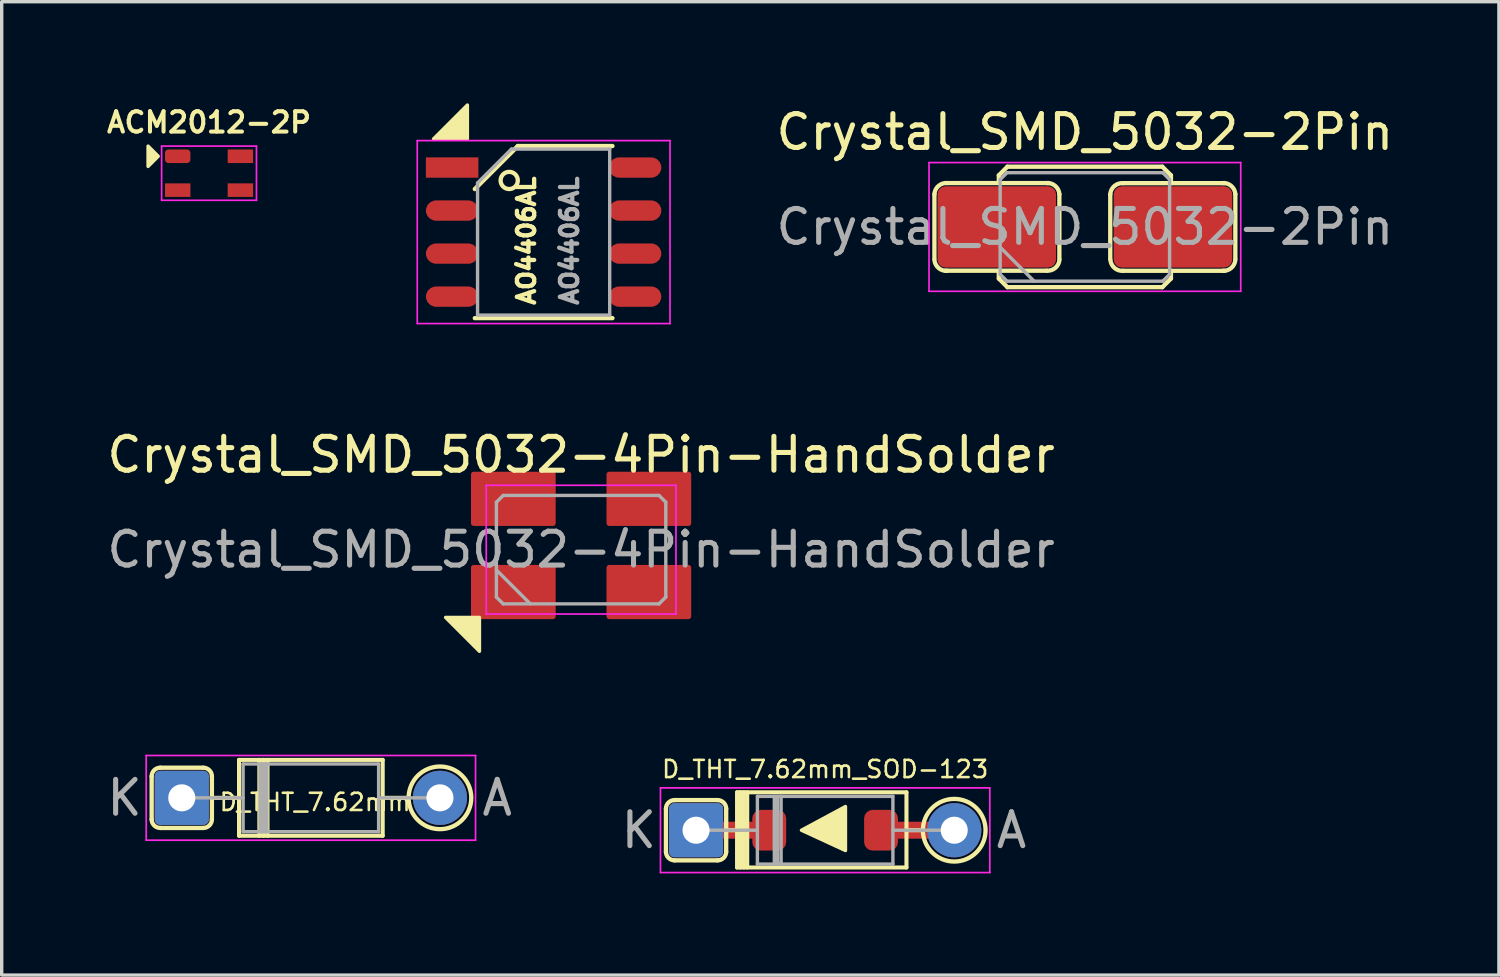
<source format=kicad_pcb>
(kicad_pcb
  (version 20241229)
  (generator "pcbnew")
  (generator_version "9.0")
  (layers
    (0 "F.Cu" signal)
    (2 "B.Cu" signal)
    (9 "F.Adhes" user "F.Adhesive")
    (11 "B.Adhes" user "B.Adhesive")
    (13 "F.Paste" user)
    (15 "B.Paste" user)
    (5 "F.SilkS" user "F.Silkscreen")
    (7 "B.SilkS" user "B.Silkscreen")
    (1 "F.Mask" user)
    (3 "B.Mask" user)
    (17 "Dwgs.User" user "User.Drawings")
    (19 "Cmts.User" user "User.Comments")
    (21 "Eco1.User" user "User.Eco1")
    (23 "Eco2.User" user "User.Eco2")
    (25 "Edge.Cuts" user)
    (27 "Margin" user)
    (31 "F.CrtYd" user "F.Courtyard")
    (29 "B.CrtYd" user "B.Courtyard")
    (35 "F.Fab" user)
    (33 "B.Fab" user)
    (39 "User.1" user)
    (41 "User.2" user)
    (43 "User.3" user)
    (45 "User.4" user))
  (footprint "D_THT_7.62mm_SOD-123"
    (layer "F.Cu")
    (at 21.304 21.454)
    (property "Reference" "D_THT_7.62mm_SOD-123" (at 0 -1.8 0) (layer "F.SilkS") (effects (font (size 0.508 0.508) (thickness 0.076))))
    (attr through_hole)
    (fp_line (start -1.7 0) (end -3.3 0) (stroke (width 0.5) (type solid)) (layer "F.Cu"))
    (fp_line (start 3.3 0) (end 1.7 0) (stroke (width 0.5) (type solid)) (layer "F.Cu"))
    (fp_line (start -4.699 0.635) (end -4.699 -0.635) (stroke (width 0.127) (type solid)) (layer "F.SilkS"))
    (fp_line (start -4.445 -0.889) (end -3.175 -0.889) (stroke (width 0.127) (type solid)) (layer "F.SilkS"))
    (fp_line (start -3.175 0.889) (end -4.445 0.889) (stroke (width 0.127) (type solid)) (layer "F.SilkS"))
    (fp_line (start -2.921 -0.635) (end -2.921 0.635) (stroke (width 0.127) (type solid)) (layer "F.SilkS"))
    (fp_line (start -2.921 0) (end -2.4 0) (stroke (width 0.12) (type solid)) (layer "F.SilkS"))
    (fp_line (start -2.6 -1.12) (end -2.6 1.1) (stroke (width 0.12) (type solid)) (layer "F.SilkS"))
    (fp_line (start -2.6 1.1) (end 2.4 1.1) (stroke (width 0.12) (type solid)) (layer "F.SilkS"))
    (fp_line (start -2.5 -1.12) (end -2.5 1.1) (stroke (width 0.12) (type solid)) (layer "F.SilkS"))
    (fp_line (start -2.4 -1.12) (end -2.4 1.1) (stroke (width 0.12) (type solid)) (layer "F.SilkS"))
    (fp_line (start -2.3 -1.12) (end -2.3 1.1) (stroke (width 0.12) (type solid)) (layer "F.SilkS"))
    (fp_line (start 2.4 -1.12) (end -2.6 -1.12) (stroke (width 0.12) (type solid)) (layer "F.SilkS"))
    (fp_line (start 2.4 -1.12) (end 2.4 1.1) (stroke (width 0.12) (type solid)) (layer "F.SilkS"))
    (fp_line (start 2.87 0) (end 2.4 0) (stroke (width 0.12) (type solid)) (layer "F.SilkS"))
    (fp_arc (start -4.699 -0.635) (mid -4.624605 -0.814605) (end -4.445 -0.889) (stroke (width 0.127) (type solid)) (layer "F.SilkS"))
    (fp_arc (start -4.445 0.889) (mid -4.624605 0.814605) (end -4.699 0.635) (stroke (width 0.127) (type solid)) (layer "F.SilkS"))
    (fp_arc (start -3.175 -0.889) (mid -2.995395 -0.814605) (end -2.921 -0.635) (stroke (width 0.127) (type solid)) (layer "F.SilkS"))
    (fp_arc (start -2.921 0.635) (mid -2.995395 0.814605) (end -3.175 0.889) (stroke (width 0.127) (type solid)) (layer "F.SilkS"))
    (fp_circle (center 3.81 0) (end 4.699 0.254) (stroke (width 0.127) (type solid)) (fill no) (layer "F.SilkS"))
    (fp_poly (pts (xy -0.7 0) (xy 0.6 -0.7) (xy 0.6 0.6)) (stroke (width 0.1) (type solid)) (fill yes) (layer "F.SilkS"))
    (fp_line (start -4.86 -1.25) (end -4.86 1.25) (stroke (width 0.05) (type solid)) (layer "F.CrtYd"))
    (fp_line (start -4.86 1.25) (end 4.86 1.25) (stroke (width 0.05) (type solid)) (layer "F.CrtYd"))
    (fp_line (start 4.86 -1.25) (end -4.86 -1.25) (stroke (width 0.05) (type solid)) (layer "F.CrtYd"))
    (fp_line (start 4.86 1.25) (end 4.86 -1.25) (stroke (width 0.05) (type solid)) (layer "F.CrtYd"))
    (fp_line (start -3.81 0) (end -2 0) (stroke (width 0.1) (type solid)) (layer "F.Fab"))
    (fp_line (start -2 -1) (end -2 1) (stroke (width 0.1) (type solid)) (layer "F.Fab"))
    (fp_line (start -2 1) (end 2 1) (stroke (width 0.1) (type solid)) (layer "F.Fab"))
    (fp_line (start -1.5 -1) (end -1.5 1) (stroke (width 0.1) (type solid)) (layer "F.Fab"))
    (fp_line (start -1.4 -1) (end -1.4 1) (stroke (width 0.1) (type solid)) (layer "F.Fab"))
    (fp_line (start -1.3 -1) (end -1.3 1) (stroke (width 0.1) (type solid)) (layer "F.Fab"))
    (fp_line (start 2 -1) (end -2 -1) (stroke (width 0.1) (type solid)) (layer "F.Fab"))
    (fp_line (start 2 1) (end 2 -1) (stroke (width 0.1) (type solid)) (layer "F.Fab"))
    (fp_line (start 3.81 0) (end 2 0) (stroke (width 0.1) (type solid)) (layer "F.Fab"))
    (fp_text user "A" (at 5.5 0 0) (layer "F.Fab") (effects (font (size 1 1) (thickness 0.15))))
    (fp_text user "K" (at -5.5 0 0) (layer "F.Fab") (effects (font (size 1 1) (thickness 0.15))))
    (pad "1" thru_hole roundrect (at -3.81 0) (size 1.6 1.6) (drill 0.8) (layers "*.Cu" "*.Mask") (roundrect_rratio 0.1))
    (pad "1" smd roundrect (at -1.65 0) (size 1 1.2) (layers "F.Cu" "F.Mask" "F.Paste") (roundrect_rratio 0.25))
    (pad "2" smd roundrect (at 1.65 0) (size 1 1.2) (layers "F.Cu" "F.Mask" "F.Paste") (roundrect_rratio 0.25))
    (pad "2" thru_hole oval (at 3.81 0) (size 1.6 1.6) (drill 0.8) (layers "*.Cu" "*.Mask")))
  (footprint "AO4406AL"
    (layer "F.Cu")
    (at 12.995 3.8)
    (property "Reference" "AO4406AL" (at -0.508 0.254 90) (layer "F.SilkS") (effects (font (size 0.508 0.508) (thickness 0.127))))
    (attr smd)
    (fp_line (start -2.032 -1.27) (end -0.762 -2.54) (stroke (width 0.127) (type solid)) (layer "F.SilkS"))
    (fp_line (start -0.762 -2.54) (end 2.032 -2.54) (stroke (width 0.127) (type solid)) (layer "F.SilkS"))
    (fp_line (start 2.032 2.54) (end -2.032 2.54) (stroke (width 0.127) (type solid)) (layer "F.SilkS"))
    (fp_circle (center -1.016 -1.524) (end -0.762 -1.524) (stroke (width 0.127) (type solid)) (fill no) (layer "F.SilkS"))
    (fp_poly (pts (xy -2.25 -2.75) (xy -3.25 -2.75) (xy -2.25 -3.75)) (stroke (width 0.1) (type solid)) (fill yes) (layer "F.SilkS"))
    (fp_line (start -3.73 -2.7) (end -3.73 2.7) (stroke (width 0.05) (type solid)) (layer "F.CrtYd"))
    (fp_line (start -3.73 -2.7) (end 3.73 -2.7) (stroke (width 0.05) (type solid)) (layer "F.CrtYd"))
    (fp_line (start -3.73 2.7) (end 3.73 2.7) (stroke (width 0.05) (type solid)) (layer "F.CrtYd"))
    (fp_line (start 3.73 -2.7) (end 3.73 2.7) (stroke (width 0.05) (type solid)) (layer "F.CrtYd"))
    (fp_line (start -1.95 -1.45) (end -0.95 -2.45) (stroke (width 0.1) (type solid)) (layer "F.Fab"))
    (fp_line (start -1.95 2.45) (end -1.95 -1.45) (stroke (width 0.1) (type solid)) (layer "F.Fab"))
    (fp_line (start -0.95 -2.45) (end 1.95 -2.45) (stroke (width 0.1) (type solid)) (layer "F.Fab"))
    (fp_line (start 1.95 -2.45) (end 1.95 2.45) (stroke (width 0.1) (type solid)) (layer "F.Fab"))
    (fp_line (start 1.95 2.45) (end -1.95 2.45) (stroke (width 0.1) (type solid)) (layer "F.Fab"))
    (fp_text user "${REFERENCE}" (at 0.762 0.254 90) (layer "F.Fab") (effects (font (size 0.508 0.508) (thickness 0.127))))
    (pad "D" smd roundrect (at 2.7 -1.905) (size 1.55 0.6) (layers "F.Cu" "F.Mask" "F.Paste") (roundrect_rratio 0.5))
    (pad "D" smd roundrect (at 2.7 -0.635) (size 1.55 0.6) (layers "F.Cu" "F.Mask" "F.Paste") (roundrect_rratio 0.5))
    (pad "D" smd roundrect (at 2.7 0.635) (size 1.55 0.6) (layers "F.Cu" "F.Mask" "F.Paste") (roundrect_rratio 0.5))
    (pad "D" smd roundrect (at 2.7 1.905) (size 1.55 0.6) (layers "F.Cu" "F.Mask" "F.Paste") (roundrect_rratio 0.5))
    (pad "G" smd roundrect (at -2.7 1.905) (size 1.55 0.6) (layers "F.Cu" "F.Mask" "F.Paste") (roundrect_rratio 0.5))
    (pad "S" smd rect (at -2.7 -1.905) (size 1.55 0.6) (layers "F.Cu" "F.Mask" "F.Paste"))
    (pad "S" smd roundrect (at -2.7 -0.635) (size 1.55 0.6) (layers "F.Cu" "F.Mask" "F.Paste") (roundrect_rratio 0.5))
    (pad "S" smd roundrect (at -2.7 0.635) (size 1.55 0.6) (layers "F.Cu" "F.Mask" "F.Paste") (roundrect_rratio 0.5)))
  (footprint "Crystal_SMD_5032-4Pin-HandSolder"
    (layer "F.Cu")
    (at 14.101 13.173)
    (property "Reference" "Crystal_SMD_5032-4Pin-HandSolder" (at 0 -2.8 0) (layer "F.SilkS") (effects (font (size 1 1) (thickness 0.15))))
    (attr smd)
    (fp_poly (pts (xy -4 2) (xy -3 2) (xy -3 3)) (stroke (width 0.1) (type solid)) (fill yes) (layer "F.SilkS"))
    (fp_line (start -2.8 -1.9) (end -2.8 1.9) (stroke (width 0.05) (type solid)) (layer "F.CrtYd"))
    (fp_line (start -2.8 1.9) (end 2.8 1.9) (stroke (width 0.05) (type solid)) (layer "F.CrtYd"))
    (fp_line (start 2.8 -1.9) (end -2.8 -1.9) (stroke (width 0.05) (type solid)) (layer "F.CrtYd"))
    (fp_line (start 2.8 1.9) (end 2.8 -1.9) (stroke (width 0.05) (type solid)) (layer "F.CrtYd"))
    (fp_line (start -2.5 -1.4) (end -2.3 -1.6) (stroke (width 0.1) (type solid)) (layer "F.Fab"))
    (fp_line (start -2.5 0.6) (end -1.5 1.6) (stroke (width 0.1) (type solid)) (layer "F.Fab"))
    (fp_line (start -2.5 1.4) (end -2.5 -1.4) (stroke (width 0.1) (type solid)) (layer "F.Fab"))
    (fp_line (start -2.3 -1.6) (end 2.3 -1.6) (stroke (width 0.1) (type solid)) (layer "F.Fab"))
    (fp_line (start -2.3 1.6) (end -2.5 1.4) (stroke (width 0.1) (type solid)) (layer "F.Fab"))
    (fp_line (start 2.3 -1.6) (end 2.5 -1.4) (stroke (width 0.1) (type solid)) (layer "F.Fab"))
    (fp_line (start 2.3 1.6) (end -2.3 1.6) (stroke (width 0.1) (type solid)) (layer "F.Fab"))
    (fp_line (start 2.5 -1.4) (end 2.5 1.4) (stroke (width 0.1) (type solid)) (layer "F.Fab"))
    (fp_line (start 2.5 1.4) (end 2.3 1.6) (stroke (width 0.1) (type solid)) (layer "F.Fab"))
    (fp_text user "${REFERENCE}" (at 0 0 0) (layer "F.Fab") (effects (font (size 1 1) (thickness 0.15))))
    (pad "1" smd roundrect (at -2 1.25) (size 2.5 1.6) (layers "F.Cu" "F.Mask" "F.Paste") (roundrect_rratio 0.05))
    (pad "2" smd roundrect (at 2 1.25) (size 2.5 1.6) (layers "F.Cu" "F.Mask" "F.Paste") (roundrect_rratio 0.05))
    (pad "3" smd roundrect (at 2 -1.5) (size 2.5 1.6) (layers "F.Cu" "F.Mask" "F.Paste") (roundrect_rratio 0.05))
    (pad "4" smd roundrect (at -2 -1.5) (size 2.5 1.6) (layers "F.Cu" "F.Mask" "F.Paste") (roundrect_rratio 0.05)))
  (footprint "Crystal_SMD_5032-2Pin"
    (layer "F.Cu")
    (at 28.97 3.648)
    (property "Reference" "Crystal_SMD_5032-2Pin" (at 0 -2.8 0) (layer "F.SilkS") (effects (font (size 1 1) (thickness 0.15))))
    (attr smd)
    (fp_line (start -4.441 -0.969) (end -4.441 0.94) (stroke (width 0.127) (type solid)) (layer "F.SilkS"))
    (fp_line (start -4.124 1.292) (end -1.127 1.292) (stroke (width 0.127) (type solid)) (layer "F.SilkS"))
    (fp_line (start -4.064 -1.295) (end -1.067 -1.295) (stroke (width 0.127) (type solid)) (layer "F.SilkS"))
    (fp_line (start -2.54 -1.524) (end -2.286 -1.778) (stroke (width 0.127) (type solid)) (layer "F.SilkS"))
    (fp_line (start -2.54 -1.292) (end -2.54 -1.524) (stroke (width 0.127) (type solid)) (layer "F.SilkS"))
    (fp_line (start -2.54 1.292) (end -2.54 1.524) (stroke (width 0.127) (type solid)) (layer "F.SilkS"))
    (fp_line (start -2.54 1.524) (end -2.286 1.778) (stroke (width 0.127) (type solid)) (layer "F.SilkS"))
    (fp_line (start -2.286 -1.778) (end 2.286 -1.778) (stroke (width 0.127) (type solid)) (layer "F.SilkS"))
    (fp_line (start -2.286 1.778) (end 2.286 1.778) (stroke (width 0.127) (type solid)) (layer "F.SilkS"))
    (fp_line (start -0.753 -0.969) (end -0.753 0.94) (stroke (width 0.127) (type solid)) (layer "F.SilkS"))
    (fp_line (start 0.749 -0.965) (end 0.749 0.943) (stroke (width 0.127) (type solid)) (layer "F.SilkS"))
    (fp_line (start 1.127 -1.292) (end 4.124 -1.292) (stroke (width 0.127) (type solid)) (layer "F.SilkS"))
    (fp_line (start 1.13 1.295) (end 4.128 1.295) (stroke (width 0.127) (type solid)) (layer "F.SilkS"))
    (fp_line (start 2.286 -1.778) (end 2.54 -1.524) (stroke (width 0.127) (type solid)) (layer "F.SilkS"))
    (fp_line (start 2.286 1.778) (end 2.54 1.524) (stroke (width 0.127) (type solid)) (layer "F.SilkS"))
    (fp_line (start 2.54 -1.524) (end 2.54 -1.292) (stroke (width 0.127) (type solid)) (layer "F.SilkS"))
    (fp_line (start 2.54 1.524) (end 2.54 1.292) (stroke (width 0.127) (type solid)) (layer "F.SilkS"))
    (fp_line (start 4.441 -0.969) (end 4.441 0.94) (stroke (width 0.127) (type solid)) (layer "F.SilkS"))
    (fp_arc (start -4.44139 -0.96881) (mid -4.320334 -1.210265) (end -4.064 -1.2954) (stroke (width 0.127) (type solid)) (layer "F.SilkS"))
    (fp_arc (start -4.064 1.2954) (mid -4.320334 1.210265) (end -4.44139 0.96881) (stroke (width 0.127) (type solid)) (layer "F.SilkS"))
    (fp_arc (start -1.1303 -1.2954) (mid -0.873966 -1.210265) (end -0.75291 -0.96881) (stroke (width 0.127) (type solid)) (layer "F.SilkS"))
    (fp_arc (start -0.7493 0.9652) (mid -0.870356 1.206655) (end -1.12669 1.29179) (stroke (width 0.127) (type solid)) (layer "F.SilkS"))
    (fp_arc (start 0.7493 -0.9652) (mid 0.870356 -1.206655) (end 1.12669 -1.29179) (stroke (width 0.127) (type solid)) (layer "F.SilkS"))
    (fp_arc (start 1.1303 1.2954) (mid 0.873966 1.210265) (end 0.75291 0.96881) (stroke (width 0.127) (type solid)) (layer "F.SilkS"))
    (fp_arc (start 4.064 -1.2954) (mid 4.320334 -1.210265) (end 4.44139 -0.96881) (stroke (width 0.127) (type solid)) (layer "F.SilkS"))
    (fp_arc (start 4.44139 0.96881) (mid 4.320334 1.210265) (end 4.064 1.2954) (stroke (width 0.127) (type solid)) (layer "F.SilkS"))
    (fp_line (start -4.6 -1.9) (end -4.6 1.9) (stroke (width 0.05) (type solid)) (layer "F.CrtYd"))
    (fp_line (start -4.6 1.9) (end 4.6 1.9) (stroke (width 0.05) (type solid)) (layer "F.CrtYd"))
    (fp_line (start 4.6 -1.9) (end -4.6 -1.9) (stroke (width 0.05) (type solid)) (layer "F.CrtYd"))
    (fp_line (start 4.6 1.9) (end 4.6 -1.9) (stroke (width 0.05) (type solid)) (layer "F.CrtYd"))
    (fp_line (start -2.5 -1.4) (end -2.3 -1.6) (stroke (width 0.1) (type solid)) (layer "F.Fab"))
    (fp_line (start -2.5 0.6) (end -1.5 1.6) (stroke (width 0.1) (type solid)) (layer "F.Fab"))
    (fp_line (start -2.5 1.4) (end -2.5 -1.4) (stroke (width 0.1) (type solid)) (layer "F.Fab"))
    (fp_line (start -2.3 -1.6) (end 2.3 -1.6) (stroke (width 0.1) (type solid)) (layer "F.Fab"))
    (fp_line (start -2.3 1.6) (end -2.5 1.4) (stroke (width 0.1) (type solid)) (layer "F.Fab"))
    (fp_line (start 2.3 -1.6) (end 2.5 -1.4) (stroke (width 0.1) (type solid)) (layer "F.Fab"))
    (fp_line (start 2.3 1.6) (end -2.3 1.6) (stroke (width 0.1) (type solid)) (layer "F.Fab"))
    (fp_line (start 2.5 -1.4) (end 2.5 1.4) (stroke (width 0.1) (type solid)) (layer "F.Fab"))
    (fp_line (start 2.5 1.4) (end 2.3 1.6) (stroke (width 0.1) (type solid)) (layer "F.Fab"))
    (fp_text user "${REFERENCE}" (at 0 0 0) (layer "F.Fab") (effects (font (size 1 1) (thickness 0.15))))
    (pad "1" smd roundrect (at -2.6 0) (size 3.5 2.4) (layers "F.Cu" "F.Mask" "F.Paste") (roundrect_rratio 0.1))
    (pad "2" smd roundrect (at 2.6 0) (size 3.5 2.4) (layers "F.Cu" "F.Mask" "F.Paste") (roundrect_rratio 0.1)))
  (footprint "ACM2012-2P"
    (layer "F.Cu")
    (at 3.12 2.062)
    (property "Reference" "ACM2012-2P" (at 0 -1.5 0) (layer "F.SilkS") (effects (font (size 0.6 0.6) (thickness 0.12))))
    (attr through_hole)
    (fp_poly (pts (xy -1.5 -0.5) (xy -1.8 -0.2) (xy -1.8 -0.8)) (stroke (width 0.1) (type solid)) (fill yes) (layer "F.SilkS"))
    (fp_line (start -1.4 -0.8) (end 1.4 -0.8) (stroke (width 0.05) (type solid)) (layer "F.CrtYd"))
    (fp_line (start -1.4 0.8) (end -1.4 -0.8) (stroke (width 0.05) (type solid)) (layer "F.CrtYd"))
    (fp_line (start 1.4 -0.8) (end 1.4 0.8) (stroke (width 0.05) (type solid)) (layer "F.CrtYd"))
    (fp_line (start 1.4 0.8) (end -1.4 0.8) (stroke (width 0.05) (type solid)) (layer "F.CrtYd"))
    (pad "1" smd roundrect (at -0.925 -0.5) (size 0.75 0.4) (layers "F.Cu" "F.Mask" "F.Paste") (roundrect_rratio 0.25))
    (pad "2" smd rect (at -0.925 0.5) (size 0.75 0.4) (layers "F.Cu" "F.Mask" "F.Paste"))
    (pad "3" smd rect (at 0.925 0.5) (size 0.75 0.4) (layers "F.Cu" "F.Mask" "F.Paste"))
    (pad "4" smd rect (at 0.925 -0.5) (size 0.75 0.4) (layers "F.Cu" "F.Mask" "F.Paste")))
  (footprint "D_THT_7.62mm"
    (layer "F.Cu")
    (at 6.125 20.498)
    (property "Reference" "D_THT_7.62mm" (at 0.127 0.127 0) (layer "F.SilkS") (effects (font (size 0.508 0.508) (thickness 0.076))))
    (attr through_hole)
    (fp_line (start -4.699 0.635) (end -4.699 -0.635) (stroke (width 0.127) (type solid)) (layer "F.SilkS"))
    (fp_line (start -4.445 -0.889) (end -3.175 -0.889) (stroke (width 0.127) (type solid)) (layer "F.SilkS"))
    (fp_line (start -3.175 0.889) (end -4.445 0.889) (stroke (width 0.127) (type solid)) (layer "F.SilkS"))
    (fp_line (start -2.921 -0.635) (end -2.921 0.635) (stroke (width 0.127) (type solid)) (layer "F.SilkS"))
    (fp_line (start -2.921 0) (end -2.12 0) (stroke (width 0.12) (type solid)) (layer "F.SilkS"))
    (fp_line (start -2.12 -1.12) (end -2.12 1.12) (stroke (width 0.12) (type solid)) (layer "F.SilkS"))
    (fp_line (start -2.12 1.12) (end 2.12 1.12) (stroke (width 0.12) (type solid)) (layer "F.SilkS"))
    (fp_line (start -1.52 -1.12) (end -1.52 1.12) (stroke (width 0.12) (type solid)) (layer "F.SilkS"))
    (fp_line (start -1.4 -1.12) (end -1.4 1.12) (stroke (width 0.12) (type solid)) (layer "F.SilkS"))
    (fp_line (start -1.28 -1.12) (end -1.28 1.12) (stroke (width 0.12) (type solid)) (layer "F.SilkS"))
    (fp_line (start 2.12 -1.12) (end -2.12 -1.12) (stroke (width 0.12) (type solid)) (layer "F.SilkS"))
    (fp_line (start 2.12 1.12) (end 2.12 -1.12) (stroke (width 0.12) (type solid)) (layer "F.SilkS"))
    (fp_line (start 2.87 0) (end 2.159 0) (stroke (width 0.12) (type solid)) (layer "F.SilkS"))
    (fp_arc (start -4.699 -0.635) (mid -4.624605 -0.814605) (end -4.445 -0.889) (stroke (width 0.127) (type solid)) (layer "F.SilkS"))
    (fp_arc (start -4.445 0.889) (mid -4.624605 0.814605) (end -4.699 0.635) (stroke (width 0.127) (type solid)) (layer "F.SilkS"))
    (fp_arc (start -3.175 -0.889) (mid -2.995395 -0.814605) (end -2.921 -0.635) (stroke (width 0.127) (type solid)) (layer "F.SilkS"))
    (fp_arc (start -2.921 0.635) (mid -2.995395 0.814605) (end -3.175 0.889) (stroke (width 0.127) (type solid)) (layer "F.SilkS"))
    (fp_circle (center 3.81 0) (end 4.699 0.254) (stroke (width 0.127) (type solid)) (fill no) (layer "F.SilkS"))
    (fp_line (start -4.86 -1.25) (end -4.86 1.25) (stroke (width 0.05) (type solid)) (layer "F.CrtYd"))
    (fp_line (start -4.86 1.25) (end 4.86 1.25) (stroke (width 0.05) (type solid)) (layer "F.CrtYd"))
    (fp_line (start 4.86 -1.25) (end -4.86 -1.25) (stroke (width 0.05) (type solid)) (layer "F.CrtYd"))
    (fp_line (start 4.86 1.25) (end 4.86 -1.25) (stroke (width 0.05) (type solid)) (layer "F.CrtYd"))
    (fp_line (start -3.81 0) (end -2 0) (stroke (width 0.1) (type solid)) (layer "F.Fab"))
    (fp_line (start -2 -1) (end -2 1) (stroke (width 0.1) (type solid)) (layer "F.Fab"))
    (fp_line (start -2 1) (end 2 1) (stroke (width 0.1) (type solid)) (layer "F.Fab"))
    (fp_line (start -1.5 -1) (end -1.5 1) (stroke (width 0.1) (type solid)) (layer "F.Fab"))
    (fp_line (start -1.4 -1) (end -1.4 1) (stroke (width 0.1) (type solid)) (layer "F.Fab"))
    (fp_line (start -1.3 -1) (end -1.3 1) (stroke (width 0.1) (type solid)) (layer "F.Fab"))
    (fp_line (start 2 -1) (end -2 -1) (stroke (width 0.1) (type solid)) (layer "F.Fab"))
    (fp_line (start 2 1) (end 2 -1) (stroke (width 0.1) (type solid)) (layer "F.Fab"))
    (fp_line (start 3.81 0) (end 2 0) (stroke (width 0.1) (type solid)) (layer "F.Fab"))
    (fp_text user "A" (at 5.5 0 0) (layer "F.Fab") (effects (font (size 1 1) (thickness 0.15))))
    (fp_text user "K" (at -5.5 0 0) (layer "F.Fab") (effects (font (size 1 1) (thickness 0.15))))
    (pad "1" thru_hole roundrect (at -3.81 0) (size 1.6 1.6) (drill 0.8) (layers "*.Cu" "*.Mask") (roundrect_rratio 0.1))
    (pad "2" thru_hole oval (at 3.81 0) (size 1.6 1.6) (drill 0.8) (layers "*.Cu" "*.Mask")))
  (gr_rect
    (start -3 -3)
    (end 41.19 25.729)
    (stroke (width 0.1) (type default))
    (fill no)
    (layer "Edge.Cuts")))
</source>
